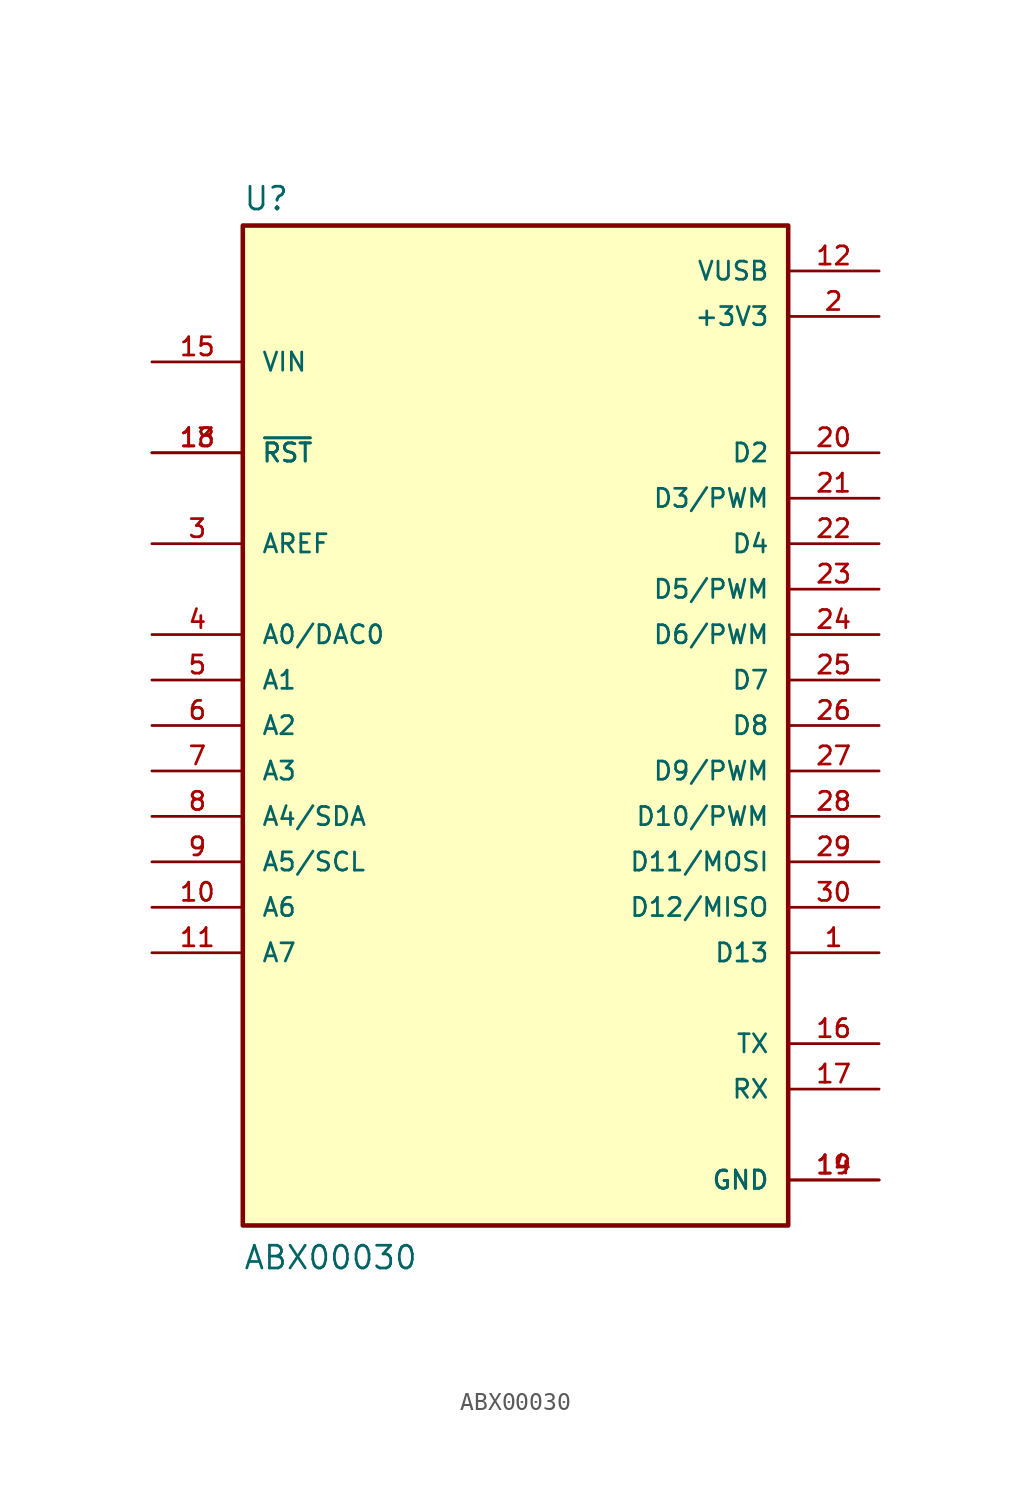
<source format=kicad_sym>
(kicad_symbol_lib
  (version 20211014)
  (generator kicad_symbol_editor)
  (symbol "ABX00030"
    (pin_names
      (offset 1.016))
    (property "Reference" "U"
      (at -15.24 28.702 0)
      (effects (font (size 1.27 1.27)) (justify bottom left)))
    (property "Value" "ABX00030"
      (at -15.24 -30.48 0)
      (effects (font (size 1.27 1.27)) (justify bottom left)))
    (symbol "ABX00030_0_0"
      (rectangle (start -15.24 -27.94) (end 15.24 27.94) (stroke (width 0.254)) (fill (type background)))
      (pin bidirectional line (at 20.32 -12.7 180.0) (length 5.08) (name "D13" (effects (font (size 1.016 1.016)))) (number "1" (effects (font (size 1.016 1.016)))))
      (pin power_in line (at 20.32 22.86 180.0) (length 5.08) (name "+3V3" (effects (font (size 1.016 1.016)))) (number "2" (effects (font (size 1.016 1.016)))))
      (pin bidirectional line (at -20.32 10.16 0) (length 5.08) (name "AREF" (effects (font (size 1.016 1.016)))) (number "3" (effects (font (size 1.016 1.016)))))
      (pin bidirectional line (at -20.32 5.08 0) (length 5.08) (name "A0/DAC0" (effects (font (size 1.016 1.016)))) (number "4" (effects (font (size 1.016 1.016)))))
      (pin bidirectional line (at -20.32 2.54 0) (length 5.08) (name "A1" (effects (font (size 1.016 1.016)))) (number "5" (effects (font (size 1.016 1.016)))))
      (pin bidirectional line (at -20.32 -5.08 0) (length 5.08) (name "A4/SDA" (effects (font (size 1.016 1.016)))) (number "8" (effects (font (size 1.016 1.016)))))
      (pin bidirectional line (at -20.32 -7.62 0) (length 5.08) (name "A5/SCL" (effects (font (size 1.016 1.016)))) (number "9" (effects (font (size 1.016 1.016)))))
      (pin bidirectional line (at -20.32 -10.16 0) (length 5.08) (name "A6" (effects (font (size 1.016 1.016)))) (number "10" (effects (font (size 1.016 1.016)))))
      (pin power_in line (at 20.32 25.4 180.0) (length 5.08) (name "VUSB" (effects (font (size 1.016 1.016)))) (number "12" (effects (font (size 1.016 1.016)))))
      (pin bidirectional line (at -20.32 -12.7 0) (length 5.08) (name "A7" (effects (font (size 1.016 1.016)))) (number "11" (effects (font (size 1.016 1.016)))))
      (pin input line (at -20.32 15.24 0) (length 5.08) (name "~{RST}" (effects (font (size 1.016 1.016)))) (number "13" (effects (font (size 1.016 1.016)))))
      (pin input line (at -20.32 15.24 0) (length 5.08) (name "~{RST}" (effects (font (size 1.016 1.016)))) (number "18" (effects (font (size 1.016 1.016)))))
      (pin power_in line (at 20.32 -25.4 180.0) (length 5.08) (name "GND" (effects (font (size 1.016 1.016)))) (number "14" (effects (font (size 1.016 1.016)))))
      (pin power_in line (at 20.32 -25.4 180.0) (length 5.08) (name "GND" (effects (font (size 1.016 1.016)))) (number "19" (effects (font (size 1.016 1.016)))))
      (pin input line (at -20.32 20.32 0) (length 5.08) (name "VIN" (effects (font (size 1.016 1.016)))) (number "15" (effects (font (size 1.016 1.016)))))
      (pin bidirectional line (at 20.32 -17.78 180.0) (length 5.08) (name "TX" (effects (font (size 1.016 1.016)))) (number "16" (effects (font (size 1.016 1.016)))))
      (pin bidirectional line (at 20.32 -20.32 180.0) (length 5.08) (name "RX" (effects (font (size 1.016 1.016)))) (number "17" (effects (font (size 1.016 1.016)))))
      (pin bidirectional line (at 20.32 15.24 180.0) (length 5.08) (name "D2" (effects (font (size 1.016 1.016)))) (number "20" (effects (font (size 1.016 1.016)))))
      (pin bidirectional line (at -20.32 0.0 0) (length 5.08) (name "A2" (effects (font (size 1.016 1.016)))) (number "6" (effects (font (size 1.016 1.016)))))
      (pin bidirectional line (at -20.32 -2.54 0) (length 5.08) (name "A3" (effects (font (size 1.016 1.016)))) (number "7" (effects (font (size 1.016 1.016)))))
      (pin bidirectional line (at 20.32 12.7 180.0) (length 5.08) (name "D3/PWM" (effects (font (size 1.016 1.016)))) (number "21" (effects (font (size 1.016 1.016)))))
      (pin bidirectional line (at 20.32 10.16 180.0) (length 5.08) (name "D4" (effects (font (size 1.016 1.016)))) (number "22" (effects (font (size 1.016 1.016)))))
      (pin bidirectional line (at 20.32 7.62 180.0) (length 5.08) (name "D5/PWM" (effects (font (size 1.016 1.016)))) (number "23" (effects (font (size 1.016 1.016)))))
      (pin bidirectional line (at 20.32 5.08 180.0) (length 5.08) (name "D6/PWM" (effects (font (size 1.016 1.016)))) (number "24" (effects (font (size 1.016 1.016)))))
      (pin bidirectional line (at 20.32 2.54 180.0) (length 5.08) (name "D7" (effects (font (size 1.016 1.016)))) (number "25" (effects (font (size 1.016 1.016)))))
      (pin bidirectional line (at 20.32 0.0 180.0) (length 5.08) (name "D8" (effects (font (size 1.016 1.016)))) (number "26" (effects (font (size 1.016 1.016)))))
      (pin bidirectional line (at 20.32 -2.54 180.0) (length 5.08) (name "D9/PWM" (effects (font (size 1.016 1.016)))) (number "27" (effects (font (size 1.016 1.016)))))
      (pin bidirectional line (at 20.32 -5.08 180.0) (length 5.08) (name "D10/PWM" (effects (font (size 1.016 1.016)))) (number "28" (effects (font (size 1.016 1.016)))))
      (pin bidirectional line (at 20.32 -7.62 180.0) (length 5.08) (name "D11/MOSI" (effects (font (size 1.016 1.016)))) (number "29" (effects (font (size 1.016 1.016)))))
      (pin bidirectional line (at 20.32 -10.16 180.0) (length 5.08) (name "D12/MISO" (effects (font (size 1.016 1.016)))) (number "30" (effects (font (size 1.016 1.016))))))))
</source>
